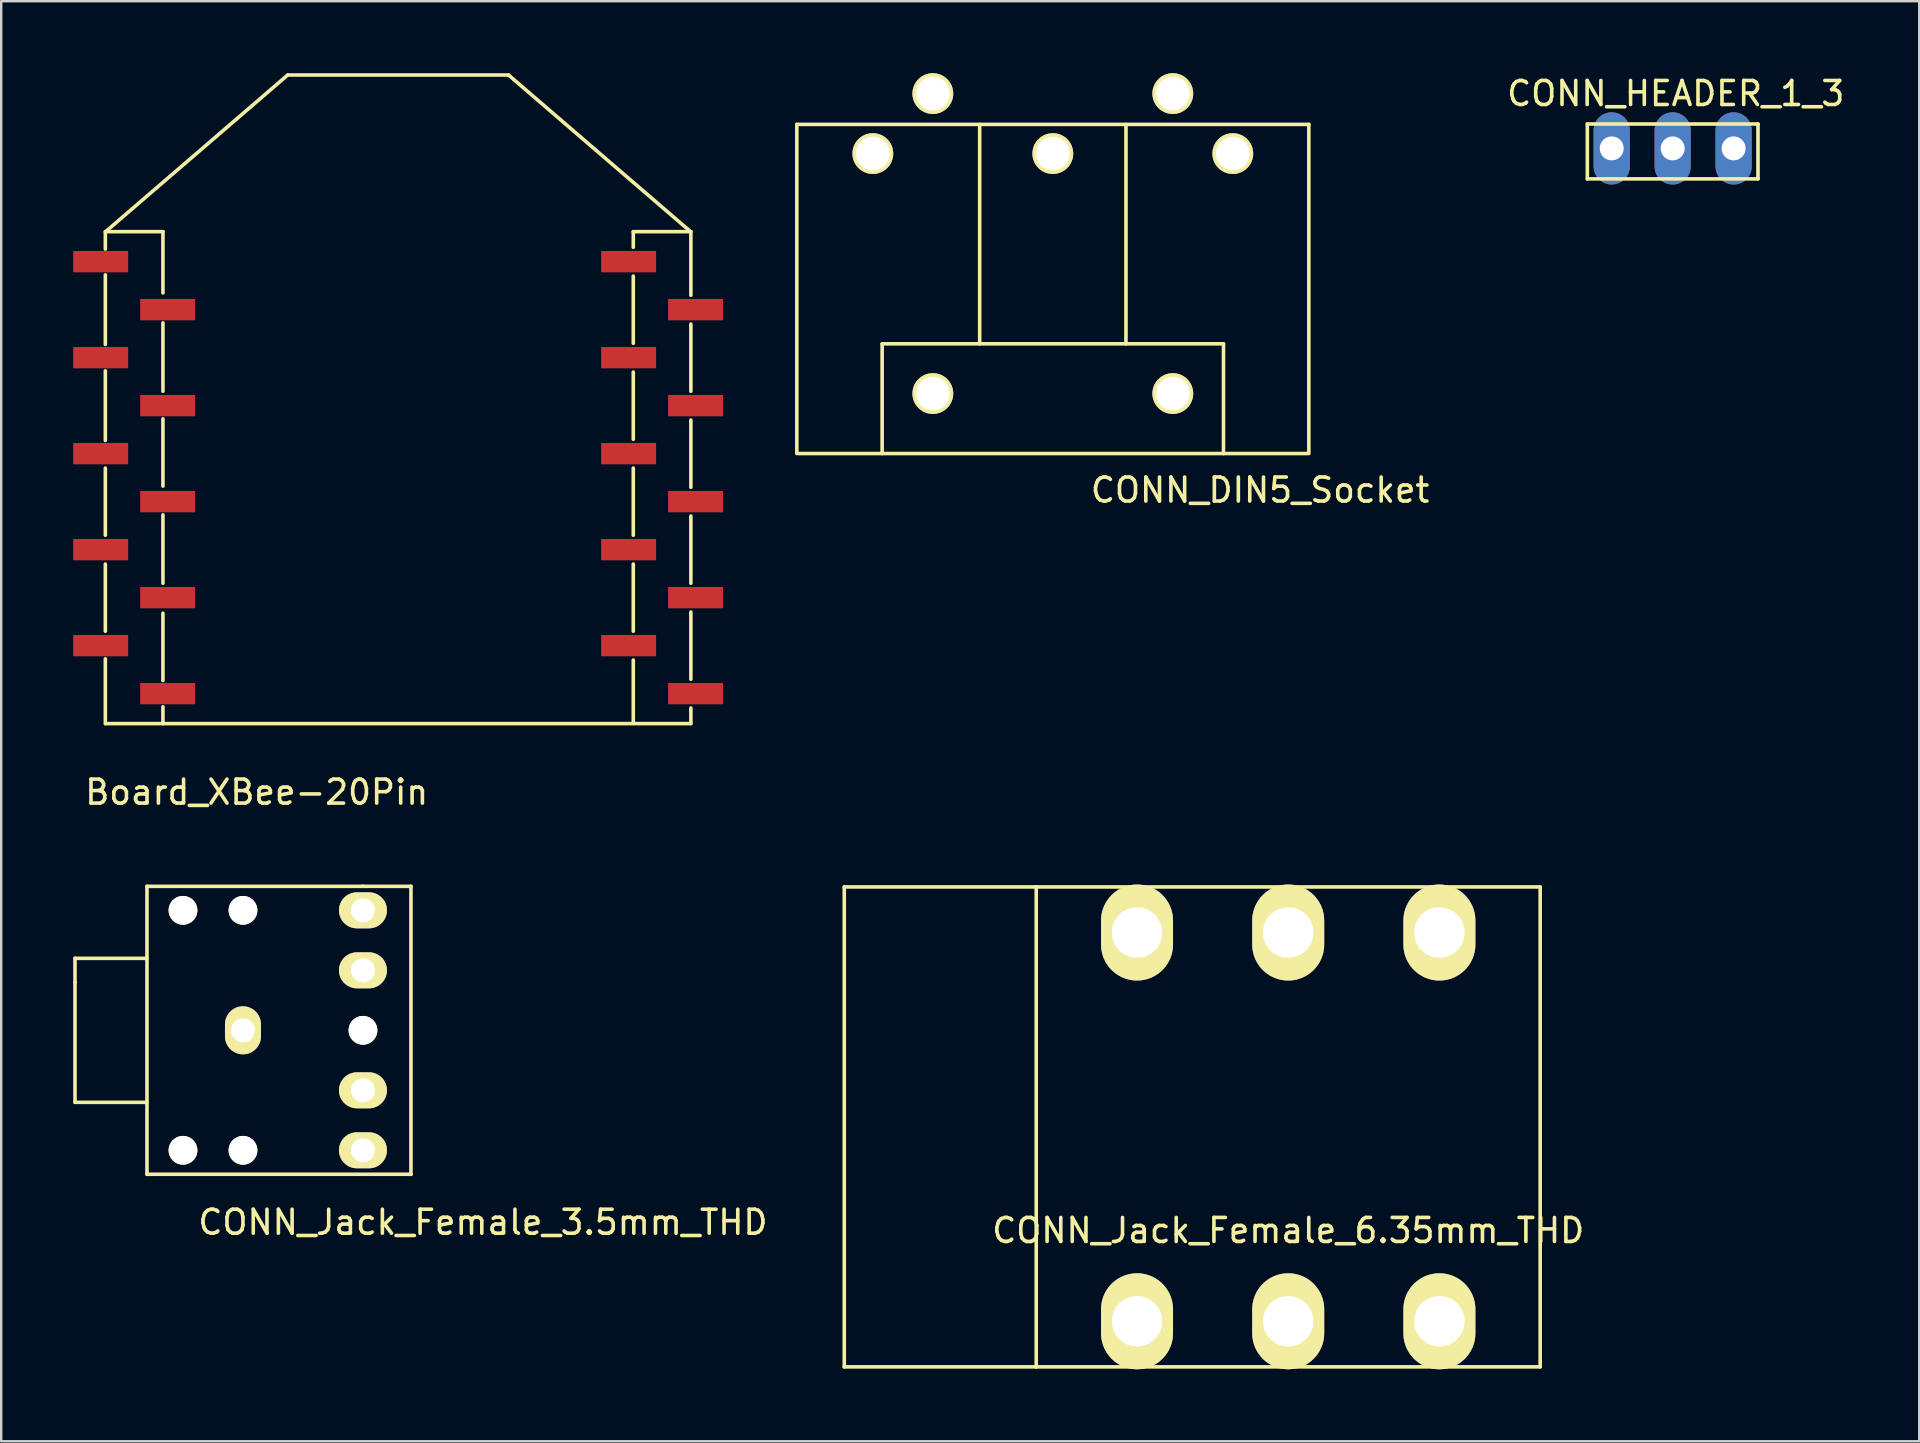
<source format=kicad_pcb>
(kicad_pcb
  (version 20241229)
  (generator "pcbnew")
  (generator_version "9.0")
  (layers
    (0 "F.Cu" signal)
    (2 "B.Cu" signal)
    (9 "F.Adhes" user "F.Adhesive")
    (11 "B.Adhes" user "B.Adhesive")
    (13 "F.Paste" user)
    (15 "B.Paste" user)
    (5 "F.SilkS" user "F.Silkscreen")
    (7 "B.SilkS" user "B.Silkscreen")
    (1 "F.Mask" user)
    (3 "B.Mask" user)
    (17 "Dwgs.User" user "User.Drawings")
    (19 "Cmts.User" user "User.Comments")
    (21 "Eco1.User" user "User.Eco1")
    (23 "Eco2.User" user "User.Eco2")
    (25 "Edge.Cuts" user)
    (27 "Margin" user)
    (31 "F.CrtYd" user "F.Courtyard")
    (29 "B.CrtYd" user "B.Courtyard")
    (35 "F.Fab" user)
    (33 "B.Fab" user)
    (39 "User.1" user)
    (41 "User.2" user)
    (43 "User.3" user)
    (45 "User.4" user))
  (footprint "CONN_Jack_Female_6.35mm_THD"
    (layer "F.Cu")
    (at 50.632 43.91)
    (property "Reference" "CONN_Jack_Female_6.35mm_THD" (at 0 4.318 0) (layer "F.SilkS") (effects (font (size 1 1) (thickness 0.15))))
    (attr through_hole)
    (fp_line (start -18.5 -10) (end -10.5 -10) (stroke (width 0.15) (type solid)) (layer "F.SilkS"))
    (fp_line (start -18.5 10) (end -18.5 -10) (stroke (width 0.15) (type solid)) (layer "F.SilkS"))
    (fp_line (start -10.5 -10) (end -10.5 10) (stroke (width 0.15) (type solid)) (layer "F.SilkS"))
    (fp_line (start -10.5 10) (end -18.5 10) (stroke (width 0.15) (type solid)) (layer "F.SilkS"))
    (fp_line (start -10.5 10) (end 10.5 10) (stroke (width 0.15) (type solid)) (layer "F.SilkS"))
    (fp_line (start 10.5 -10) (end -10.5 -10) (stroke (width 0.15) (type solid)) (layer "F.SilkS"))
    (fp_line (start 10.5 10) (end 10.5 -10) (stroke (width 0.15) (type solid)) (layer "F.SilkS"))
    (pad "R" thru_hole oval (at 0 8.1) (size 3 4) (drill 2.1) (layers "*.Cu" "*.Mask" "F.SilkS"))
    (pad "RS" thru_hole oval (at 0 -8.1) (size 3 4) (drill 2.1) (layers "*.Cu" "*.Mask" "F.SilkS"))
    (pad "S" thru_hole oval (at -6.3 8.1) (size 3 4) (drill 2.1) (layers "*.Cu" "*.Mask" "F.SilkS"))
    (pad "SS" thru_hole oval (at -6.3 -8.1) (size 3 4) (drill 2.1) (layers "*.Cu" "*.Mask" "F.SilkS"))
    (pad "T" thru_hole oval (at 6.3 8.1) (size 3 4) (drill 2.1) (layers "*.Cu" "*.Mask" "F.SilkS"))
    (pad "TS" thru_hole oval (at 6.3 -8.1) (size 3 4) (drill 2.1) (layers "*.Cu" "*.Mask" "F.SilkS")))
  (footprint "Board_XBee-20Pin"
    (layer "F.Cu")
    (at 13.54 16.855)
    (property "Reference" "Board_XBee-20Pin" (at -5.893 13.106 0) (layer "F.SilkS") (effects (font (size 1 1) (thickness 0.15))))
    (attr through_hole)
    (fp_line (start -12.2 -10.25) (end -9.8 -10.25) (stroke (width 0.15) (type solid)) (layer "F.SilkS"))
    (fp_line (start -12.2 -9.525) (end -12.2 -10.25) (stroke (width 0.15) (type solid)) (layer "F.SilkS"))
    (fp_line (start -12.2 -5.55) (end -12.2 -8.45) (stroke (width 0.15) (type solid)) (layer "F.SilkS"))
    (fp_line (start -12.2 -1.55) (end -12.2 -4.45) (stroke (width 0.15) (type solid)) (layer "F.SilkS"))
    (fp_line (start -12.2 2.4) (end -12.2 -0.4) (stroke (width 0.15) (type solid)) (layer "F.SilkS"))
    (fp_line (start -12.2 6.4) (end -12.2 3.6) (stroke (width 0.15) (type solid)) (layer "F.SilkS"))
    (fp_line (start -12.2 10.25) (end -12.2 7.55) (stroke (width 0.15) (type solid)) (layer "F.SilkS"))
    (fp_line (start -12.19 -10.25) (end -4.6 -16.78) (stroke (width 0.15) (type solid)) (layer "F.SilkS"))
    (fp_line (start -12.19 10.25) (end 12.19 10.25) (stroke (width 0.15) (type solid)) (layer "F.SilkS"))
    (fp_line (start -9.8 -10.25) (end -9.8 -7.7) (stroke (width 0.15) (type solid)) (layer "F.SilkS"))
    (fp_line (start -9.8 -6.45) (end -9.8 -3.6) (stroke (width 0.15) (type solid)) (layer "F.SilkS"))
    (fp_line (start -9.8 -2.45) (end -9.8 0.35) (stroke (width 0.15) (type solid)) (layer "F.SilkS"))
    (fp_line (start -9.8 1.55) (end -9.8 4.4) (stroke (width 0.15) (type solid)) (layer "F.SilkS"))
    (fp_line (start -9.8 5.65) (end -9.8 8.45) (stroke (width 0.15) (type solid)) (layer "F.SilkS"))
    (fp_line (start -9.8 9.55) (end -9.8 10.25) (stroke (width 0.15) (type solid)) (layer "F.SilkS"))
    (fp_line (start -4.6 -16.78) (end 4.6 -16.78) (stroke (width 0.15) (type solid)) (layer "F.SilkS"))
    (fp_line (start 4.6 -16.78) (end 12.19 -10.25) (stroke (width 0.15) (type solid)) (layer "F.SilkS"))
    (fp_line (start 9.8 -10.25) (end 9.8 -9.6) (stroke (width 0.15) (type solid)) (layer "F.SilkS"))
    (fp_line (start 9.8 -8.4) (end 9.8 -5.6) (stroke (width 0.15) (type solid)) (layer "F.SilkS"))
    (fp_line (start 9.8 -4.4) (end 9.8 -1.6) (stroke (width 0.15) (type solid)) (layer "F.SilkS"))
    (fp_line (start 9.8 -0.4) (end 9.8 2.4) (stroke (width 0.15) (type solid)) (layer "F.SilkS"))
    (fp_line (start 9.8 3.6) (end 9.8 6.4) (stroke (width 0.15) (type solid)) (layer "F.SilkS"))
    (fp_line (start 9.8 7.6) (end 9.8 10.2) (stroke (width 0.15) (type solid)) (layer "F.SilkS"))
    (fp_line (start 12.2 -10.25) (end 9.8 -10.25) (stroke (width 0.15) (type solid)) (layer "F.SilkS"))
    (fp_line (start 12.2 -10.25) (end 12.2 -7.6) (stroke (width 0.15) (type solid)) (layer "F.SilkS"))
    (fp_line (start 12.2 -6.4) (end 12.2 -3.6) (stroke (width 0.15) (type solid)) (layer "F.SilkS"))
    (fp_line (start 12.2 -2.4) (end 12.2 0.4) (stroke (width 0.15) (type solid)) (layer "F.SilkS"))
    (fp_line (start 12.2 1.6) (end 12.2 4.4) (stroke (width 0.15) (type solid)) (layer "F.SilkS"))
    (fp_line (start 12.2 5.6) (end 12.2 8.4) (stroke (width 0.15) (type solid)) (layer "F.SilkS"))
    (fp_line (start 12.2 9.6) (end 12.2 10.25) (stroke (width 0.15) (type solid)) (layer "F.SilkS"))
    (pad "1" smd rect (at -12.395 -9) (size 2.29 0.89) (layers "F.Cu" "F.Mask" "F.Paste"))
    (pad "2" smd rect (at -9.605 -7) (size 2.29 0.89) (layers "F.Cu" "F.Mask" "F.Paste"))
    (pad "3" smd rect (at -12.395 -5) (size 2.29 0.89) (layers "F.Cu" "F.Mask" "F.Paste"))
    (pad "4" smd rect (at -9.605 -3) (size 2.29 0.89) (layers "F.Cu" "F.Mask" "F.Paste"))
    (pad "5" smd rect (at -12.395 -1) (size 2.29 0.89) (layers "F.Cu" "F.Mask" "F.Paste"))
    (pad "6" smd rect (at -9.605 1) (size 2.29 0.89) (layers "F.Cu" "F.Mask" "F.Paste"))
    (pad "7" smd rect (at -12.395 3) (size 2.29 0.89) (layers "F.Cu" "F.Mask" "F.Paste"))
    (pad "8" smd rect (at -9.605 5) (size 2.29 0.89) (layers "F.Cu" "F.Mask" "F.Paste"))
    (pad "9" smd rect (at -12.395 7) (size 2.29 0.89) (layers "F.Cu" "F.Mask" "F.Paste"))
    (pad "10" smd rect (at -9.605 9) (size 2.29 0.89) (layers "F.Cu" "F.Mask" "F.Paste"))
    (pad "11" smd rect (at 12.395 9) (size 2.29 0.89) (layers "F.Cu" "F.Mask" "F.Paste"))
    (pad "12" smd rect (at 9.605 7) (size 2.29 0.89) (layers "F.Cu" "F.Mask" "F.Paste"))
    (pad "13" smd rect (at 12.395 5) (size 2.29 0.89) (layers "F.Cu" "F.Mask" "F.Paste"))
    (pad "14" smd rect (at 9.605 3) (size 2.29 0.89) (layers "F.Cu" "F.Mask" "F.Paste"))
    (pad "15" smd rect (at 12.395 1) (size 2.29 0.89) (layers "F.Cu" "F.Mask" "F.Paste"))
    (pad "16" smd rect (at 9.605 -1) (size 2.29 0.89) (layers "F.Cu" "F.Mask" "F.Paste"))
    (pad "17" smd rect (at 12.395 -3) (size 2.29 0.89) (layers "F.Cu" "F.Mask" "F.Paste"))
    (pad "18" smd rect (at 9.605 -5) (size 2.29 0.89) (layers "F.Cu" "F.Mask" "F.Paste"))
    (pad "19" smd rect (at 12.395 -7) (size 2.29 0.89) (layers "F.Cu" "F.Mask" "F.Paste"))
    (pad "20" smd rect (at 9.605 -9) (size 2.29 0.89) (layers "F.Cu" "F.Mask" "F.Paste")))
  (footprint "CONN_DIN5_Socket"
    (layer "F.Cu")
    (at 40.823 15.85)
    (property "Reference" "CONN_DIN5_Socket" (at 8.636 1.524 0) (layer "F.SilkS") (effects (font (size 1 1) (thickness 0.15))))
    (attr through_hole)
    (fp_line (start -10.668 -13.716) (end -10.668 0) (stroke (width 0.15) (type solid)) (layer "F.SilkS"))
    (fp_line (start -10.6 0) (end 10.6 0) (stroke (width 0.15) (type solid)) (layer "F.SilkS"))
    (fp_line (start -7.112 -4.572) (end 7.112 -4.572) (stroke (width 0.15) (type solid)) (layer "F.SilkS"))
    (fp_line (start -7.112 0) (end -7.112 -4.572) (stroke (width 0.15) (type solid)) (layer "F.SilkS"))
    (fp_line (start -3.048 -13.716) (end -3.048 -4.572) (stroke (width 0.15) (type solid)) (layer "F.SilkS"))
    (fp_line (start 3.048 -13.716) (end 3.048 -4.572) (stroke (width 0.15) (type solid)) (layer "F.SilkS"))
    (fp_line (start 7.112 -4.572) (end 7.112 0) (stroke (width 0.15) (type solid)) (layer "F.SilkS"))
    (fp_line (start 10.668 -13.716) (end -10.668 -13.716) (stroke (width 0.15) (type solid)) (layer "F.SilkS"))
    (fp_line (start 10.668 0) (end 10.668 -13.716) (stroke (width 0.15) (type solid)) (layer "F.SilkS"))
    (pad "1" thru_hole circle (at 7.5 -12.5) (size 1.7 1.7) (drill 1.4) (layers "*.Cu" "*.Mask" "F.SilkS"))
    (pad "2" thru_hole circle (at 0 -12.5) (size 1.7 1.7) (drill 1.4) (layers "*.Cu" "*.Mask" "F.SilkS"))
    (pad "3" thru_hole circle (at -7.5 -12.5) (size 1.7 1.7) (drill 1.4) (layers "*.Cu" "*.Mask" "F.SilkS"))
    (pad "4" thru_hole circle (at 5 -15) (size 1.7 1.7) (drill 1.4) (layers "*.Cu" "*.Mask" "F.SilkS"))
    (pad "5" thru_hole circle (at -5 -15) (size 1.7 1.7) (drill 1.4) (layers "*.Cu" "*.Mask" "F.SilkS"))
    (pad "E" thru_hole circle (at -5 -2.5) (size 1.7 1.7) (drill 1.4) (layers "*.Cu" "*.Mask" "F.SilkS"))
    (pad "E" thru_hole circle (at 5 -2.5) (size 1.7 1.7) (drill 1.4) (layers "*.Cu" "*.Mask" "F.SilkS")))
  (footprint "CONN_HEADER_1_3"
    (layer "F.Cu")
    (at 64.113 3.134)
    (property "Reference" "CONN_HEADER_1_3" (at 2.667 -2.286 0) (layer "F.SilkS") (effects (font (size 1 1) (thickness 0.15))))
    (attr through_hole)
    (fp_line (start -1.016 -1.016) (end -1.016 1.27) (stroke (width 0.15) (type solid)) (layer "F.SilkS"))
    (fp_line (start -1.016 1.27) (end 6.096 1.27) (stroke (width 0.15) (type solid)) (layer "F.SilkS"))
    (fp_line (start 6.096 -1.016) (end -1.016 -1.016) (stroke (width 0.15) (type solid)) (layer "F.SilkS"))
    (fp_line (start 6.096 1.27) (end 6.096 -1.016) (stroke (width 0.15) (type solid)) (layer "F.SilkS"))
    (pad "1" thru_hole oval (at 0 0) (size 1.51 3.01) (drill 1) (layers "*.Cu" "*.Mask"))
    (pad "2" thru_hole oval (at 2.54 0) (size 1.51 3.01) (drill 1) (layers "*.Cu" "*.Mask"))
    (pad "3" thru_hole oval (at 5.08 0) (size 1.51 3.01) (drill 1) (layers "*.Cu" "*.Mask")))
  (footprint "CONN_Jack_Female_3.5mm_THD"
    (layer "F.Cu")
    (at 12.075 39.885)
    (property "Reference" "CONN_Jack_Female_3.5mm_THD" (at 5 8 0) (layer "F.SilkS") (effects (font (size 1 1) (thickness 0.15))))
    (attr through_hole)
    (fp_line (start -12 -3) (end -9 -3) (stroke (width 0.15) (type solid)) (layer "F.SilkS"))
    (fp_line (start -12 -2) (end -12 -3) (stroke (width 0.15) (type solid)) (layer "F.SilkS"))
    (fp_line (start -12 3) (end -12 -2) (stroke (width 0.15) (type solid)) (layer "F.SilkS"))
    (fp_line (start -9 -6) (end -9 6) (stroke (width 0.15) (type solid)) (layer "F.SilkS"))
    (fp_line (start -9 3) (end -12 3) (stroke (width 0.15) (type solid)) (layer "F.SilkS"))
    (fp_line (start -9 6) (end 2 6) (stroke (width 0.15) (type solid)) (layer "F.SilkS"))
    (fp_line (start 0 -6) (end -9 -6) (stroke (width 0.15) (type solid)) (layer "F.SilkS"))
    (fp_line (start 2 -6) (end 0 -6) (stroke (width 0.15) (type solid)) (layer "F.SilkS"))
    (fp_line (start 2 6) (end 2 -6) (stroke (width 0.15) (type solid)) (layer "F.SilkS"))
    (pad "" np_thru_hole circle (at -7.5 -5) (size 1.2 1.2) (drill 1.2) (layers "*.Cu" "*.Mask" "F.SilkS"))
    (pad "" np_thru_hole circle (at -7.5 5) (size 1.2 1.2) (drill 1.2) (layers "*.Cu" "*.Mask" "F.SilkS"))
    (pad "" np_thru_hole circle (at -5 -5) (size 1.2 1.2) (drill 1.2) (layers "*.Cu" "*.Mask" "F.SilkS"))
    (pad "" np_thru_hole circle (at -5 5) (size 1.2 1.2) (drill 1.2) (layers "*.Cu" "*.Mask" "F.SilkS"))
    (pad "" np_thru_hole circle (at 0 0) (size 1.2 1.2) (drill 1.2) (layers "*.Cu" "*.Mask" "F.SilkS"))
    (pad "1" thru_hole oval (at -5 0) (size 1.5 2) (drill 1) (layers "*.Cu" "*.Mask" "F.SilkS"))
    (pad "2" thru_hole oval (at 0 -5) (size 2 1.5) (drill 1) (layers "*.Cu" "*.Mask" "F.SilkS"))
    (pad "3" thru_hole oval (at 0 -2.5) (size 2 1.5) (drill 1) (layers "*.Cu" "*.Mask" "F.SilkS"))
    (pad "4" thru_hole oval (at 0 2.5) (size 2 1.5) (drill 1) (layers "*.Cu" "*.Mask" "F.SilkS"))
    (pad "5" thru_hole oval (at 0 5) (size 2 1.5) (drill 1) (layers "*.Cu" "*.Mask" "F.SilkS")))
  (gr_rect
    (start -3 -3)
    (end 76.929 57.01)
    (stroke (width 0.1) (type default))
    (fill no)
    (layer "Edge.Cuts")))
</source>
